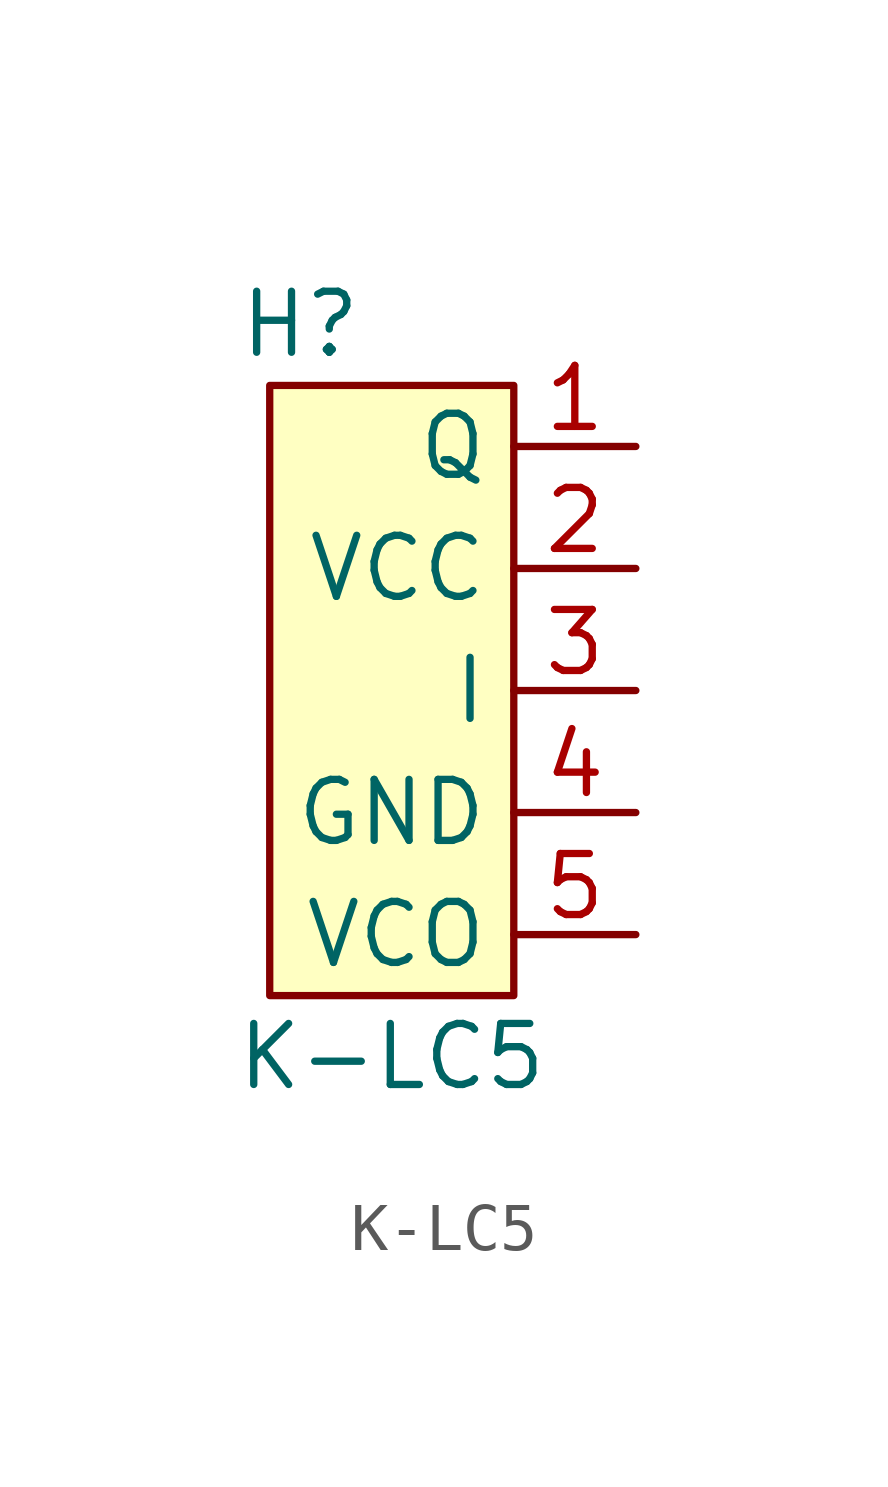
<source format=kicad_sym>
(kicad_symbol_lib
  (version 20211014)
  (generator kicad_symbol_editor)
  (symbol "K-LC5"
    (property "Reference" "H"
      (at -1.905 7.62 0)
      (effects (font (size 1.27 1.27))))
    (property "Value" "K-LC5"
      (at 0 -7.62 0)
      (effects (font (size 1.27 1.27))))
    (symbol "K-LC5_0_1"
      (rectangle (start -2.54 6.35) (end 2.54 -6.35) (stroke (width 0.152) (type default) (color 0 0 0 0)) (fill (type background))))
    (symbol "K-LC5_1_1"
      (pin output line (at 5.08 5.08 180) (length 2.54) (name "Q" (effects (font (size 1.27 1.27)))) (number "1" (effects (font (size 1.27 1.27)))))
      (pin power_in line (at 5.08 2.54 180) (length 2.54) (name "VCC" (effects (font (size 1.27 1.27)))) (number "2" (effects (font (size 1.27 1.27)))))
      (pin output line (at 5.08 0 180) (length 2.54) (name "I" (effects (font (size 1.27 1.27)))) (number "3" (effects (font (size 1.27 1.27)))))
      (pin power_in line (at 5.08 -2.54 180) (length 2.54) (name "GND" (effects (font (size 1.27 1.27)))) (number "4" (effects (font (size 1.27 1.27)))))
      (pin input line (at 5.08 -5.08 180) (length 2.54) (name "VCO" (effects (font (size 1.27 1.27)))) (number "5" (effects (font (size 1.27 1.27))))))))
</source>
